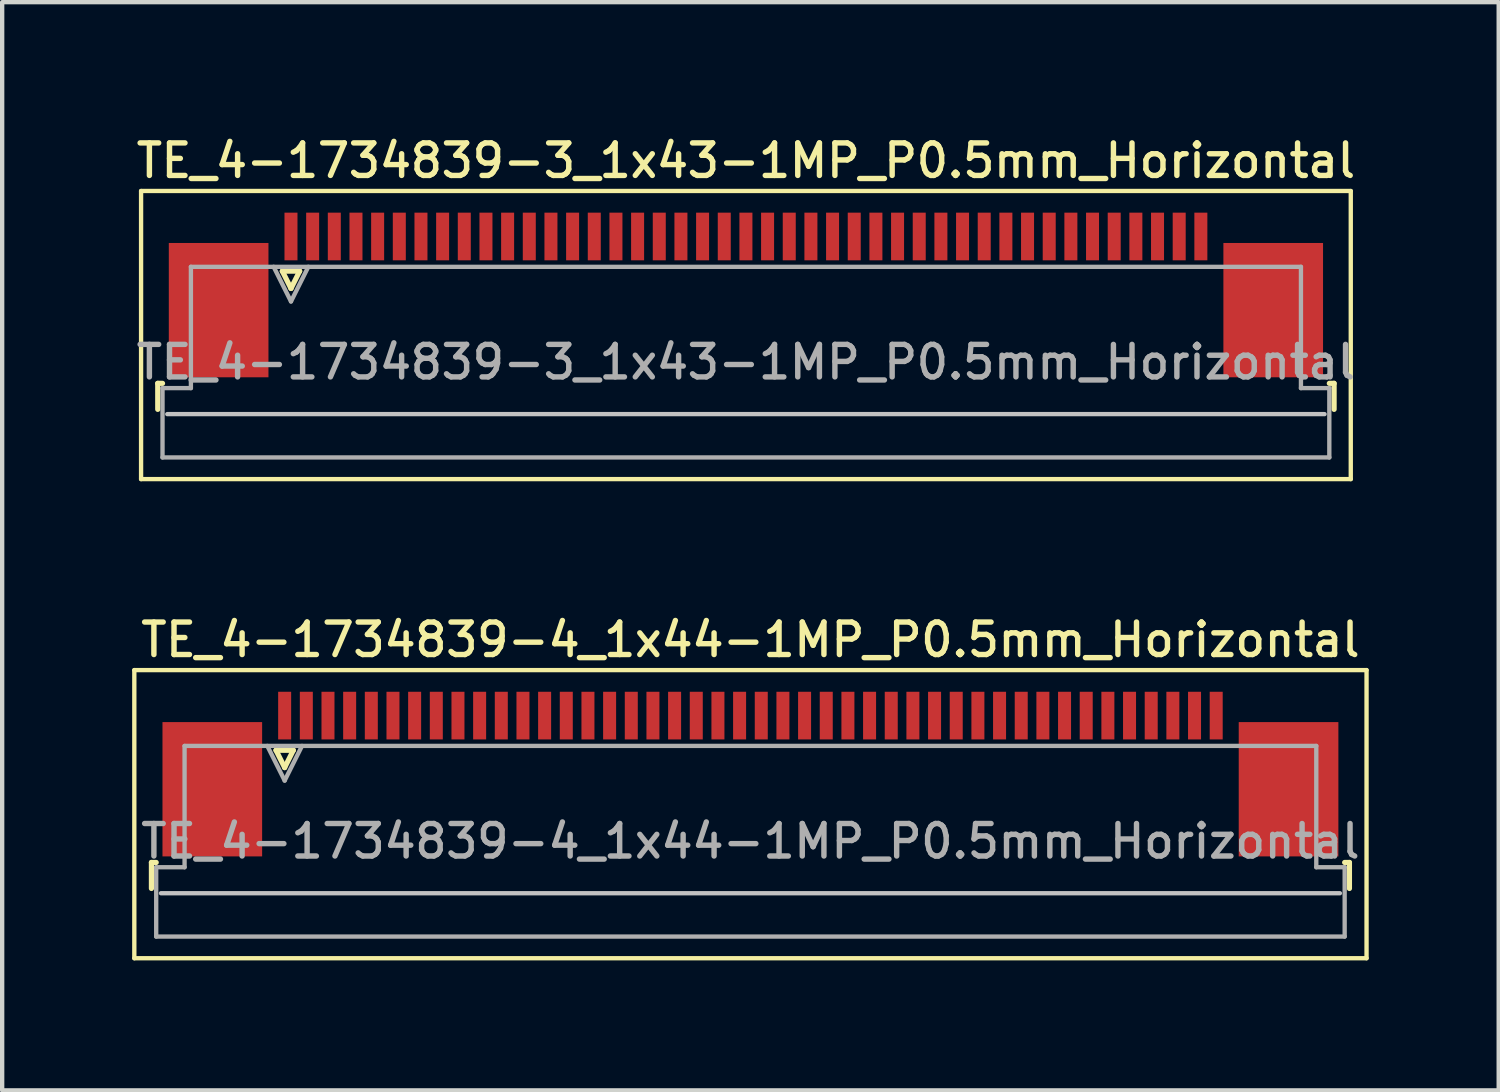
<source format=kicad_pcb>
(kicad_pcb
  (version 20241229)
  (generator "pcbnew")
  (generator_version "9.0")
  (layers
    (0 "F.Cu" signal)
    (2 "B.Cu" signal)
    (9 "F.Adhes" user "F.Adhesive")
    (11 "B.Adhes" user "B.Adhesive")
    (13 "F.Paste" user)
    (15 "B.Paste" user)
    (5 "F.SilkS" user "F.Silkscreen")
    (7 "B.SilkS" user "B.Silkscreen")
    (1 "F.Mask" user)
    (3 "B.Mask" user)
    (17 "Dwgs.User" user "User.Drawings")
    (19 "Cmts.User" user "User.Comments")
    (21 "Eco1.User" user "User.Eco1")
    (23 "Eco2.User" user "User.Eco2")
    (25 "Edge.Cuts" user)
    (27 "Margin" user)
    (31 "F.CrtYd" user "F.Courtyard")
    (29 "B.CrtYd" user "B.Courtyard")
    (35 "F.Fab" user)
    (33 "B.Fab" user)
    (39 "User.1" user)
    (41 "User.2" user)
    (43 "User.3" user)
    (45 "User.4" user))
  (footprint "TE_4-1734839-3_1x43-1MP_P0.5mm_Horizontal"
    (layer "F.Cu")
    (at 14.166 3.758)
    (property "Reference" "TE_4-1734839-3_1x43-1MP_P0.5mm_Horizontal" (at 0 -3.1 0) (layer "F.SilkS") (effects (font (size 0.75 0.75) (thickness 0.125))))
    (attr smd)
    (fp_line (start -13.96 -2.4) (end -13.96 4.25) (stroke (width 0.1) (type solid)) (layer "F.SilkS"))
    (fp_line (start -13.96 4.25) (end 13.96 4.25) (stroke (width 0.1) (type solid)) (layer "F.SilkS"))
    (fp_line (start -13.575 2.04) (end -13.575 2.64) (stroke (width 0.12) (type solid)) (layer "F.SilkS"))
    (fp_line (start -13.465 2.04) (end -13.575 2.04) (stroke (width 0.12) (type solid)) (layer "F.SilkS"))
    (fp_line (start -10.7 -0.55) (end -10.5 -0.15) (stroke (width 0.12) (type solid)) (layer "F.SilkS"))
    (fp_line (start -10.5 -0.15) (end -10.3 -0.55) (stroke (width 0.12) (type solid)) (layer "F.SilkS"))
    (fp_line (start -10.3 -0.55) (end -10.7 -0.55) (stroke (width 0.12) (type solid)) (layer "F.SilkS"))
    (fp_line (start 13.465 2.04) (end 13.575 2.04) (stroke (width 0.12) (type solid)) (layer "F.SilkS"))
    (fp_line (start 13.575 2.04) (end 13.575 2.64) (stroke (width 0.12) (type solid)) (layer "F.SilkS"))
    (fp_line (start 13.96 -2.4) (end -13.96 -2.4) (stroke (width 0.1) (type solid)) (layer "F.SilkS"))
    (fp_line (start 13.96 4.25) (end 13.96 -2.4) (stroke (width 0.1) (type solid)) (layer "F.SilkS"))
    (fp_line (start 13.355 2.75) (end -13.355 2.75) (stroke (width 0.1) (type solid)) (layer "Dwgs.User"))
    (fp_line (start -13.465 2.15) (end -12.81 2.15) (stroke (width 0.1) (type solid)) (layer "F.Fab"))
    (fp_line (start -13.465 3.75) (end -13.465 2.15) (stroke (width 0.1) (type solid)) (layer "F.Fab"))
    (fp_line (start -12.81 -0.65) (end 12.81 -0.65) (stroke (width 0.1) (type solid)) (layer "F.Fab"))
    (fp_line (start -12.81 2.15) (end -12.81 -0.65) (stroke (width 0.1) (type solid)) (layer "F.Fab"))
    (fp_line (start -10.9 -0.65) (end -10.5 0.15) (stroke (width 0.1) (type solid)) (layer "F.Fab"))
    (fp_line (start -10.5 0.15) (end -10.1 -0.65) (stroke (width 0.1) (type solid)) (layer "F.Fab"))
    (fp_line (start 12.81 -0.65) (end 12.81 2.15) (stroke (width 0.1) (type solid)) (layer "F.Fab"))
    (fp_line (start 12.81 2.15) (end 13.465 2.15) (stroke (width 0.1) (type solid)) (layer "F.Fab"))
    (fp_line (start 13.465 2.15) (end 13.465 3.75) (stroke (width 0.1) (type solid)) (layer "F.Fab"))
    (fp_line (start 13.465 3.75) (end -13.465 3.75) (stroke (width 0.1) (type solid)) (layer "F.Fab"))
    (fp_text user "${REFERENCE}" (at 0 1.55 0) (layer "F.Fab") (effects (font (size 0.75 0.75) (thickness 0.125))))
    (pad "1" smd rect (at -10.5 -1.35) (size 0.3 1.1) (layers "F.Cu" "F.Mask" "F.Paste"))
    (pad "2" smd rect (at -10 -1.35) (size 0.3 1.1) (layers "F.Cu" "F.Mask" "F.Paste"))
    (pad "3" smd rect (at -9.5 -1.35) (size 0.3 1.1) (layers "F.Cu" "F.Mask" "F.Paste"))
    (pad "4" smd rect (at -9 -1.35) (size 0.3 1.1) (layers "F.Cu" "F.Mask" "F.Paste"))
    (pad "5" smd rect (at -8.5 -1.35) (size 0.3 1.1) (layers "F.Cu" "F.Mask" "F.Paste"))
    (pad "6" smd rect (at -8 -1.35) (size 0.3 1.1) (layers "F.Cu" "F.Mask" "F.Paste"))
    (pad "7" smd rect (at -7.5 -1.35) (size 0.3 1.1) (layers "F.Cu" "F.Mask" "F.Paste"))
    (pad "8" smd rect (at -7 -1.35) (size 0.3 1.1) (layers "F.Cu" "F.Mask" "F.Paste"))
    (pad "9" smd rect (at -6.5 -1.35) (size 0.3 1.1) (layers "F.Cu" "F.Mask" "F.Paste"))
    (pad "10" smd rect (at -6 -1.35) (size 0.3 1.1) (layers "F.Cu" "F.Mask" "F.Paste"))
    (pad "11" smd rect (at -5.5 -1.35) (size 0.3 1.1) (layers "F.Cu" "F.Mask" "F.Paste"))
    (pad "12" smd rect (at -5 -1.35) (size 0.3 1.1) (layers "F.Cu" "F.Mask" "F.Paste"))
    (pad "13" smd rect (at -4.5 -1.35) (size 0.3 1.1) (layers "F.Cu" "F.Mask" "F.Paste"))
    (pad "14" smd rect (at -4 -1.35) (size 0.3 1.1) (layers "F.Cu" "F.Mask" "F.Paste"))
    (pad "15" smd rect (at -3.5 -1.35) (size 0.3 1.1) (layers "F.Cu" "F.Mask" "F.Paste"))
    (pad "16" smd rect (at -3 -1.35) (size 0.3 1.1) (layers "F.Cu" "F.Mask" "F.Paste"))
    (pad "17" smd rect (at -2.5 -1.35) (size 0.3 1.1) (layers "F.Cu" "F.Mask" "F.Paste"))
    (pad "18" smd rect (at -2 -1.35) (size 0.3 1.1) (layers "F.Cu" "F.Mask" "F.Paste"))
    (pad "19" smd rect (at -1.5 -1.35) (size 0.3 1.1) (layers "F.Cu" "F.Mask" "F.Paste"))
    (pad "20" smd rect (at -1 -1.35) (size 0.3 1.1) (layers "F.Cu" "F.Mask" "F.Paste"))
    (pad "21" smd rect (at -0.5 -1.35) (size 0.3 1.1) (layers "F.Cu" "F.Mask" "F.Paste"))
    (pad "22" smd rect (at 0 -1.35) (size 0.3 1.1) (layers "F.Cu" "F.Mask" "F.Paste"))
    (pad "23" smd rect (at 0.5 -1.35) (size 0.3 1.1) (layers "F.Cu" "F.Mask" "F.Paste"))
    (pad "24" smd rect (at 1 -1.35) (size 0.3 1.1) (layers "F.Cu" "F.Mask" "F.Paste"))
    (pad "25" smd rect (at 1.5 -1.35) (size 0.3 1.1) (layers "F.Cu" "F.Mask" "F.Paste"))
    (pad "26" smd rect (at 2 -1.35) (size 0.3 1.1) (layers "F.Cu" "F.Mask" "F.Paste"))
    (pad "27" smd rect (at 2.5 -1.35) (size 0.3 1.1) (layers "F.Cu" "F.Mask" "F.Paste"))
    (pad "28" smd rect (at 3 -1.35) (size 0.3 1.1) (layers "F.Cu" "F.Mask" "F.Paste"))
    (pad "29" smd rect (at 3.5 -1.35) (size 0.3 1.1) (layers "F.Cu" "F.Mask" "F.Paste"))
    (pad "30" smd rect (at 4 -1.35) (size 0.3 1.1) (layers "F.Cu" "F.Mask" "F.Paste"))
    (pad "31" smd rect (at 4.5 -1.35) (size 0.3 1.1) (layers "F.Cu" "F.Mask" "F.Paste"))
    (pad "32" smd rect (at 5 -1.35) (size 0.3 1.1) (layers "F.Cu" "F.Mask" "F.Paste"))
    (pad "33" smd rect (at 5.5 -1.35) (size 0.3 1.1) (layers "F.Cu" "F.Mask" "F.Paste"))
    (pad "34" smd rect (at 6 -1.35) (size 0.3 1.1) (layers "F.Cu" "F.Mask" "F.Paste"))
    (pad "35" smd rect (at 6.5 -1.35) (size 0.3 1.1) (layers "F.Cu" "F.Mask" "F.Paste"))
    (pad "36" smd rect (at 7 -1.35) (size 0.3 1.1) (layers "F.Cu" "F.Mask" "F.Paste"))
    (pad "37" smd rect (at 7.5 -1.35) (size 0.3 1.1) (layers "F.Cu" "F.Mask" "F.Paste"))
    (pad "38" smd rect (at 8 -1.35) (size 0.3 1.1) (layers "F.Cu" "F.Mask" "F.Paste"))
    (pad "39" smd rect (at 8.5 -1.35) (size 0.3 1.1) (layers "F.Cu" "F.Mask" "F.Paste"))
    (pad "40" smd rect (at 9 -1.35) (size 0.3 1.1) (layers "F.Cu" "F.Mask" "F.Paste"))
    (pad "41" smd rect (at 9.5 -1.35) (size 0.3 1.1) (layers "F.Cu" "F.Mask" "F.Paste"))
    (pad "42" smd rect (at 10 -1.35) (size 0.3 1.1) (layers "F.Cu" "F.Mask" "F.Paste"))
    (pad "43" smd rect (at 10.5 -1.35) (size 0.3 1.1) (layers "F.Cu" "F.Mask" "F.Paste"))
    (pad "MP" smd rect (at -12.17 0.35) (size 2.3 3.1) (layers "F.Cu" "F.Mask" "F.Paste"))
    (pad "MP" smd rect (at 12.17 0.35) (size 2.3 3.1) (layers "F.Cu" "F.Mask" "F.Paste")))
  (footprint "TE_4-1734839-4_1x44-1MP_P0.5mm_Horizontal"
    (layer "F.Cu")
    (at 14.27 14.816)
    (property "Reference" "TE_4-1734839-4_1x44-1MP_P0.5mm_Horizontal" (at 0 -3.1 0) (layer "F.SilkS") (effects (font (size 0.75 0.75) (thickness 0.125))))
    (attr smd)
    (fp_line (start -14.22 -2.4) (end -14.22 4.25) (stroke (width 0.1) (type solid)) (layer "F.SilkS"))
    (fp_line (start -14.22 4.25) (end 14.22 4.25) (stroke (width 0.1) (type solid)) (layer "F.SilkS"))
    (fp_line (start -13.825 2.04) (end -13.825 2.64) (stroke (width 0.12) (type solid)) (layer "F.SilkS"))
    (fp_line (start -13.715 2.04) (end -13.825 2.04) (stroke (width 0.12) (type solid)) (layer "F.SilkS"))
    (fp_line (start -10.95 -0.55) (end -10.75 -0.15) (stroke (width 0.12) (type solid)) (layer "F.SilkS"))
    (fp_line (start -10.75 -0.15) (end -10.55 -0.55) (stroke (width 0.12) (type solid)) (layer "F.SilkS"))
    (fp_line (start -10.55 -0.55) (end -10.95 -0.55) (stroke (width 0.12) (type solid)) (layer "F.SilkS"))
    (fp_line (start 13.715 2.04) (end 13.825 2.04) (stroke (width 0.12) (type solid)) (layer "F.SilkS"))
    (fp_line (start 13.825 2.04) (end 13.825 2.64) (stroke (width 0.12) (type solid)) (layer "F.SilkS"))
    (fp_line (start 14.22 -2.4) (end -14.22 -2.4) (stroke (width 0.1) (type solid)) (layer "F.SilkS"))
    (fp_line (start 14.22 4.25) (end 14.22 -2.4) (stroke (width 0.1) (type solid)) (layer "F.SilkS"))
    (fp_line (start 13.605 2.75) (end -13.605 2.75) (stroke (width 0.1) (type solid)) (layer "Dwgs.User"))
    (fp_line (start -13.715 2.15) (end -13.06 2.15) (stroke (width 0.1) (type solid)) (layer "F.Fab"))
    (fp_line (start -13.715 3.75) (end -13.715 2.15) (stroke (width 0.1) (type solid)) (layer "F.Fab"))
    (fp_line (start -13.06 -0.65) (end 13.06 -0.65) (stroke (width 0.1) (type solid)) (layer "F.Fab"))
    (fp_line (start -13.06 2.15) (end -13.06 -0.65) (stroke (width 0.1) (type solid)) (layer "F.Fab"))
    (fp_line (start -11.15 -0.65) (end -10.75 0.15) (stroke (width 0.1) (type solid)) (layer "F.Fab"))
    (fp_line (start -10.75 0.15) (end -10.35 -0.65) (stroke (width 0.1) (type solid)) (layer "F.Fab"))
    (fp_line (start 13.06 -0.65) (end 13.06 2.15) (stroke (width 0.1) (type solid)) (layer "F.Fab"))
    (fp_line (start 13.06 2.15) (end 13.715 2.15) (stroke (width 0.1) (type solid)) (layer "F.Fab"))
    (fp_line (start 13.715 2.15) (end 13.715 3.75) (stroke (width 0.1) (type solid)) (layer "F.Fab"))
    (fp_line (start 13.715 3.75) (end -13.715 3.75) (stroke (width 0.1) (type solid)) (layer "F.Fab"))
    (fp_text user "${REFERENCE}" (at 0 1.55 0) (layer "F.Fab") (effects (font (size 0.75 0.75) (thickness 0.125))))
    (pad "1" smd rect (at -10.75 -1.35) (size 0.3 1.1) (layers "F.Cu" "F.Mask" "F.Paste"))
    (pad "2" smd rect (at -10.25 -1.35) (size 0.3 1.1) (layers "F.Cu" "F.Mask" "F.Paste"))
    (pad "3" smd rect (at -9.75 -1.35) (size 0.3 1.1) (layers "F.Cu" "F.Mask" "F.Paste"))
    (pad "4" smd rect (at -9.25 -1.35) (size 0.3 1.1) (layers "F.Cu" "F.Mask" "F.Paste"))
    (pad "5" smd rect (at -8.75 -1.35) (size 0.3 1.1) (layers "F.Cu" "F.Mask" "F.Paste"))
    (pad "6" smd rect (at -8.25 -1.35) (size 0.3 1.1) (layers "F.Cu" "F.Mask" "F.Paste"))
    (pad "7" smd rect (at -7.75 -1.35) (size 0.3 1.1) (layers "F.Cu" "F.Mask" "F.Paste"))
    (pad "8" smd rect (at -7.25 -1.35) (size 0.3 1.1) (layers "F.Cu" "F.Mask" "F.Paste"))
    (pad "9" smd rect (at -6.75 -1.35) (size 0.3 1.1) (layers "F.Cu" "F.Mask" "F.Paste"))
    (pad "10" smd rect (at -6.25 -1.35) (size 0.3 1.1) (layers "F.Cu" "F.Mask" "F.Paste"))
    (pad "11" smd rect (at -5.75 -1.35) (size 0.3 1.1) (layers "F.Cu" "F.Mask" "F.Paste"))
    (pad "12" smd rect (at -5.25 -1.35) (size 0.3 1.1) (layers "F.Cu" "F.Mask" "F.Paste"))
    (pad "13" smd rect (at -4.75 -1.35) (size 0.3 1.1) (layers "F.Cu" "F.Mask" "F.Paste"))
    (pad "14" smd rect (at -4.25 -1.35) (size 0.3 1.1) (layers "F.Cu" "F.Mask" "F.Paste"))
    (pad "15" smd rect (at -3.75 -1.35) (size 0.3 1.1) (layers "F.Cu" "F.Mask" "F.Paste"))
    (pad "16" smd rect (at -3.25 -1.35) (size 0.3 1.1) (layers "F.Cu" "F.Mask" "F.Paste"))
    (pad "17" smd rect (at -2.75 -1.35) (size 0.3 1.1) (layers "F.Cu" "F.Mask" "F.Paste"))
    (pad "18" smd rect (at -2.25 -1.35) (size 0.3 1.1) (layers "F.Cu" "F.Mask" "F.Paste"))
    (pad "19" smd rect (at -1.75 -1.35) (size 0.3 1.1) (layers "F.Cu" "F.Mask" "F.Paste"))
    (pad "20" smd rect (at -1.25 -1.35) (size 0.3 1.1) (layers "F.Cu" "F.Mask" "F.Paste"))
    (pad "21" smd rect (at -0.75 -1.35) (size 0.3 1.1) (layers "F.Cu" "F.Mask" "F.Paste"))
    (pad "22" smd rect (at -0.25 -1.35) (size 0.3 1.1) (layers "F.Cu" "F.Mask" "F.Paste"))
    (pad "23" smd rect (at 0.25 -1.35) (size 0.3 1.1) (layers "F.Cu" "F.Mask" "F.Paste"))
    (pad "24" smd rect (at 0.75 -1.35) (size 0.3 1.1) (layers "F.Cu" "F.Mask" "F.Paste"))
    (pad "25" smd rect (at 1.25 -1.35) (size 0.3 1.1) (layers "F.Cu" "F.Mask" "F.Paste"))
    (pad "26" smd rect (at 1.75 -1.35) (size 0.3 1.1) (layers "F.Cu" "F.Mask" "F.Paste"))
    (pad "27" smd rect (at 2.25 -1.35) (size 0.3 1.1) (layers "F.Cu" "F.Mask" "F.Paste"))
    (pad "28" smd rect (at 2.75 -1.35) (size 0.3 1.1) (layers "F.Cu" "F.Mask" "F.Paste"))
    (pad "29" smd rect (at 3.25 -1.35) (size 0.3 1.1) (layers "F.Cu" "F.Mask" "F.Paste"))
    (pad "30" smd rect (at 3.75 -1.35) (size 0.3 1.1) (layers "F.Cu" "F.Mask" "F.Paste"))
    (pad "31" smd rect (at 4.25 -1.35) (size 0.3 1.1) (layers "F.Cu" "F.Mask" "F.Paste"))
    (pad "32" smd rect (at 4.75 -1.35) (size 0.3 1.1) (layers "F.Cu" "F.Mask" "F.Paste"))
    (pad "33" smd rect (at 5.25 -1.35) (size 0.3 1.1) (layers "F.Cu" "F.Mask" "F.Paste"))
    (pad "34" smd rect (at 5.75 -1.35) (size 0.3 1.1) (layers "F.Cu" "F.Mask" "F.Paste"))
    (pad "35" smd rect (at 6.25 -1.35) (size 0.3 1.1) (layers "F.Cu" "F.Mask" "F.Paste"))
    (pad "36" smd rect (at 6.75 -1.35) (size 0.3 1.1) (layers "F.Cu" "F.Mask" "F.Paste"))
    (pad "37" smd rect (at 7.25 -1.35) (size 0.3 1.1) (layers "F.Cu" "F.Mask" "F.Paste"))
    (pad "38" smd rect (at 7.75 -1.35) (size 0.3 1.1) (layers "F.Cu" "F.Mask" "F.Paste"))
    (pad "39" smd rect (at 8.25 -1.35) (size 0.3 1.1) (layers "F.Cu" "F.Mask" "F.Paste"))
    (pad "40" smd rect (at 8.75 -1.35) (size 0.3 1.1) (layers "F.Cu" "F.Mask" "F.Paste"))
    (pad "41" smd rect (at 9.25 -1.35) (size 0.3 1.1) (layers "F.Cu" "F.Mask" "F.Paste"))
    (pad "42" smd rect (at 9.75 -1.35) (size 0.3 1.1) (layers "F.Cu" "F.Mask" "F.Paste"))
    (pad "43" smd rect (at 10.25 -1.35) (size 0.3 1.1) (layers "F.Cu" "F.Mask" "F.Paste"))
    (pad "44" smd rect (at 10.75 -1.35) (size 0.3 1.1) (layers "F.Cu" "F.Mask" "F.Paste"))
    (pad "MP" smd rect (at -12.42 0.35) (size 2.3 3.1) (layers "F.Cu" "F.Mask" "F.Paste"))
    (pad "MP" smd rect (at 12.42 0.35) (size 2.3 3.1) (layers "F.Cu" "F.Mask" "F.Paste")))
  (gr_rect
    (start -3 -3)
    (end 31.54 22.116)
    (stroke (width 0.1) (type default))
    (fill no)
    (layer "Edge.Cuts")))
</source>
